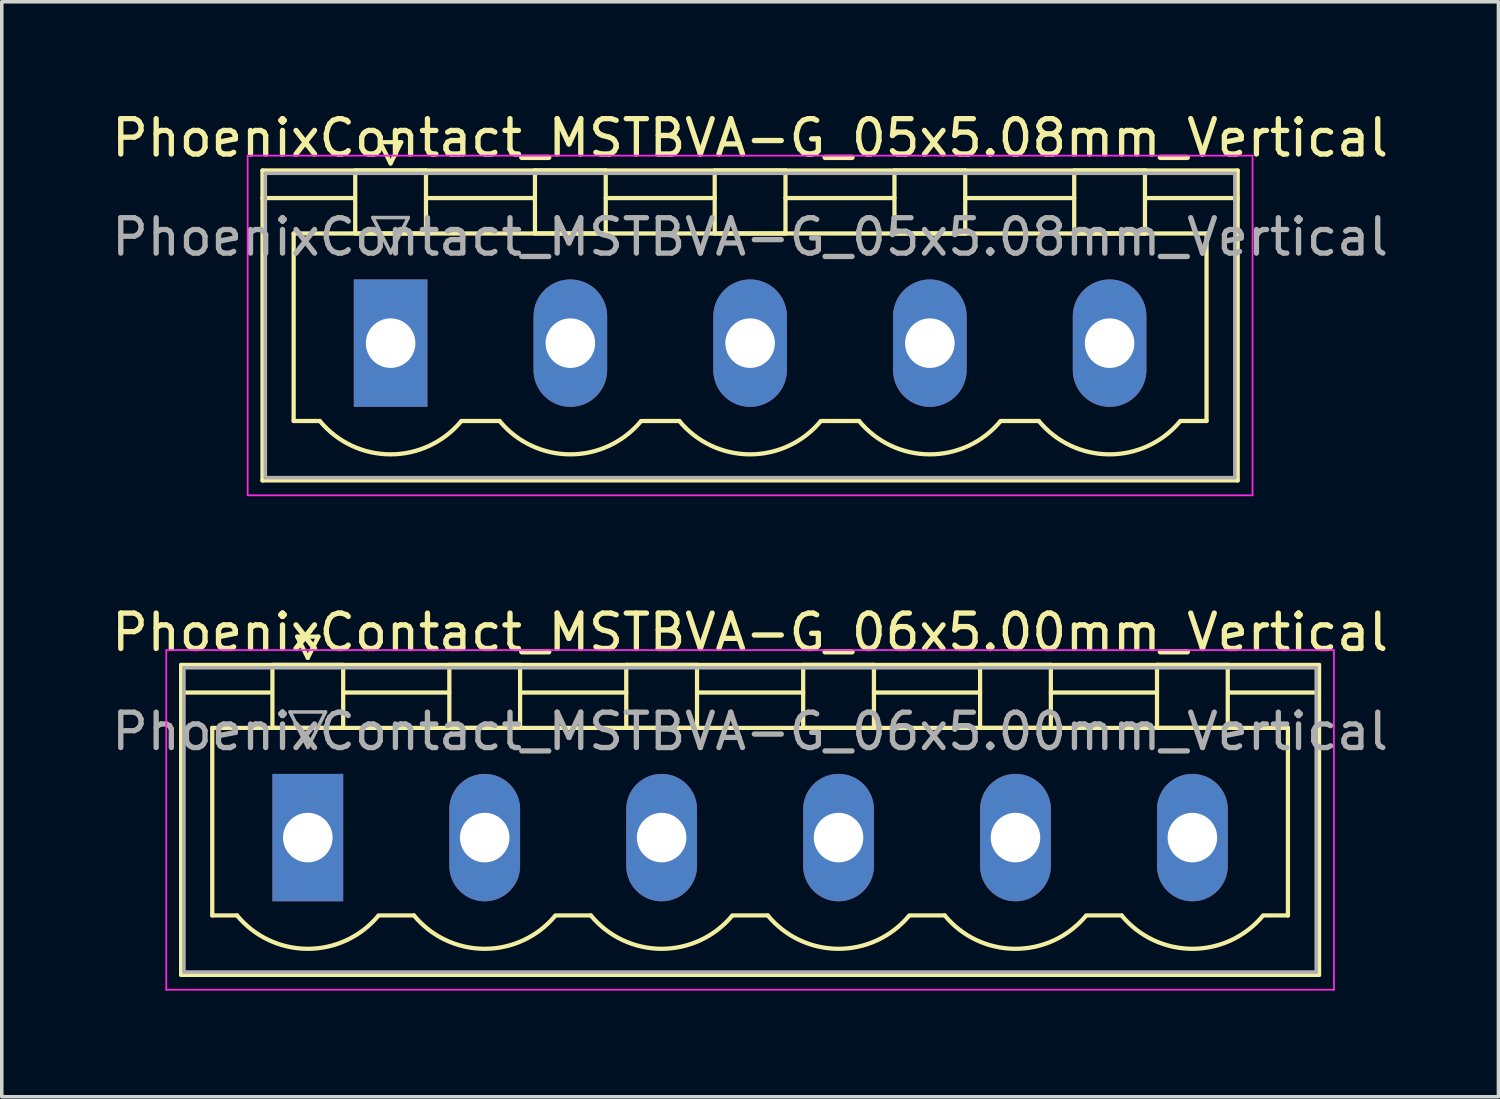
<source format=kicad_pcb>
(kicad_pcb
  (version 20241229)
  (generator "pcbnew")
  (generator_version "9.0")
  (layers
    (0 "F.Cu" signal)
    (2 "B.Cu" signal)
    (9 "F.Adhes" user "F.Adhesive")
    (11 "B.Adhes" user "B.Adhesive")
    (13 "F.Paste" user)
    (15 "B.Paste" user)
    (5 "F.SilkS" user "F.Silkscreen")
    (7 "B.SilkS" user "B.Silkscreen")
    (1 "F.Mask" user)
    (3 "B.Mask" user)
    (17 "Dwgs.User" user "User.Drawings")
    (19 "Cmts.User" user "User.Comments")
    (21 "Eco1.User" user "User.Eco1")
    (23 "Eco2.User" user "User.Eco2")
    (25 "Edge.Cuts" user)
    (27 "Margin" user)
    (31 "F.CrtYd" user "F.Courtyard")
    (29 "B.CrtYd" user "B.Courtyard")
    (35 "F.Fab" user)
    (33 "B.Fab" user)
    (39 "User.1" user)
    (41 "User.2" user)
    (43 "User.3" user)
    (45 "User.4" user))
  (footprint "PhoenixContact_MSTBVA-G_05x5.08mm_Vertical"
    (layer "F.Cu")
    (at 7.989 6.648)
    (property "Reference" "PhoenixContact_MSTBVA-G_05x5.08mm_Vertical" (at 10.16 -5.8 0) (layer "F.SilkS") (effects (font (size 1 1) (thickness 0.15))))
    (attr through_hole)
    (fp_line (start -3.62 -4.88) (end -3.62 3.88) (stroke (width 0.12) (type solid)) (layer "F.SilkS"))
    (fp_line (start -3.62 -4.1) (end -1.08 -4.1) (stroke (width 0.12) (type solid)) (layer "F.SilkS"))
    (fp_line (start -3.62 3.88) (end 23.94 3.88) (stroke (width 0.12) (type solid)) (layer "F.SilkS"))
    (fp_line (start -2.74 -3.1) (end 23.06 -3.1) (stroke (width 0.12) (type solid)) (layer "F.SilkS"))
    (fp_line (start -2.74 2.2) (end -2.74 -3.1) (stroke (width 0.12) (type solid)) (layer "F.SilkS"))
    (fp_line (start -2 2.2) (end -2.74 2.2) (stroke (width 0.12) (type solid)) (layer "F.SilkS"))
    (fp_line (start -1 -4.88) (end 1 -4.88) (stroke (width 0.12) (type solid)) (layer "F.SilkS"))
    (fp_line (start -1 -3.1) (end -1 -4.88) (stroke (width 0.12) (type solid)) (layer "F.SilkS"))
    (fp_line (start -0.3 -5.68) (end 0.3 -5.68) (stroke (width 0.12) (type solid)) (layer "F.SilkS"))
    (fp_line (start 0 -5.08) (end -0.3 -5.68) (stroke (width 0.12) (type solid)) (layer "F.SilkS"))
    (fp_line (start 0.3 -5.68) (end 0 -5.08) (stroke (width 0.12) (type solid)) (layer "F.SilkS"))
    (fp_line (start 1 -4.88) (end 1 -3.1) (stroke (width 0.12) (type solid)) (layer "F.SilkS"))
    (fp_line (start 1 -4.1) (end 4.08 -4.1) (stroke (width 0.12) (type solid)) (layer "F.SilkS"))
    (fp_line (start 1 -3.1) (end -1 -3.1) (stroke (width 0.12) (type solid)) (layer "F.SilkS"))
    (fp_line (start 2 2.2) (end 3.08 2.2) (stroke (width 0.12) (type solid)) (layer "F.SilkS"))
    (fp_line (start 4.08 -4.88) (end 6.08 -4.88) (stroke (width 0.12) (type solid)) (layer "F.SilkS"))
    (fp_line (start 4.08 -3.1) (end 4.08 -4.88) (stroke (width 0.12) (type solid)) (layer "F.SilkS"))
    (fp_line (start 6.08 -4.88) (end 6.08 -3.1) (stroke (width 0.12) (type solid)) (layer "F.SilkS"))
    (fp_line (start 6.08 -4.1) (end 9.16 -4.1) (stroke (width 0.12) (type solid)) (layer "F.SilkS"))
    (fp_line (start 6.08 -3.1) (end 4.08 -3.1) (stroke (width 0.12) (type solid)) (layer "F.SilkS"))
    (fp_line (start 7.08 2.2) (end 8.16 2.2) (stroke (width 0.12) (type solid)) (layer "F.SilkS"))
    (fp_line (start 9.16 -4.88) (end 11.16 -4.88) (stroke (width 0.12) (type solid)) (layer "F.SilkS"))
    (fp_line (start 9.16 -3.1) (end 9.16 -4.88) (stroke (width 0.12) (type solid)) (layer "F.SilkS"))
    (fp_line (start 11.16 -4.88) (end 11.16 -3.1) (stroke (width 0.12) (type solid)) (layer "F.SilkS"))
    (fp_line (start 11.16 -4.1) (end 14.24 -4.1) (stroke (width 0.12) (type solid)) (layer "F.SilkS"))
    (fp_line (start 11.16 -3.1) (end 9.16 -3.1) (stroke (width 0.12) (type solid)) (layer "F.SilkS"))
    (fp_line (start 12.16 2.2) (end 13.24 2.2) (stroke (width 0.12) (type solid)) (layer "F.SilkS"))
    (fp_line (start 14.24 -4.88) (end 16.24 -4.88) (stroke (width 0.12) (type solid)) (layer "F.SilkS"))
    (fp_line (start 14.24 -3.1) (end 14.24 -4.88) (stroke (width 0.12) (type solid)) (layer "F.SilkS"))
    (fp_line (start 16.24 -4.88) (end 16.24 -3.1) (stroke (width 0.12) (type solid)) (layer "F.SilkS"))
    (fp_line (start 16.24 -4.1) (end 19.32 -4.1) (stroke (width 0.12) (type solid)) (layer "F.SilkS"))
    (fp_line (start 16.24 -3.1) (end 14.24 -3.1) (stroke (width 0.12) (type solid)) (layer "F.SilkS"))
    (fp_line (start 17.24 2.2) (end 18.32 2.2) (stroke (width 0.12) (type solid)) (layer "F.SilkS"))
    (fp_line (start 19.32 -4.88) (end 21.32 -4.88) (stroke (width 0.12) (type solid)) (layer "F.SilkS"))
    (fp_line (start 19.32 -3.1) (end 19.32 -4.88) (stroke (width 0.12) (type solid)) (layer "F.SilkS"))
    (fp_line (start 21.32 -4.88) (end 21.32 -3.1) (stroke (width 0.12) (type solid)) (layer "F.SilkS"))
    (fp_line (start 21.32 -3.1) (end 19.32 -3.1) (stroke (width 0.12) (type solid)) (layer "F.SilkS"))
    (fp_line (start 23.06 -3.1) (end 23.06 2.2) (stroke (width 0.12) (type solid)) (layer "F.SilkS"))
    (fp_line (start 23.06 2.2) (end 22.32 2.2) (stroke (width 0.12) (type solid)) (layer "F.SilkS"))
    (fp_line (start 23.94 -4.88) (end -3.62 -4.88) (stroke (width 0.12) (type solid)) (layer "F.SilkS"))
    (fp_line (start 23.94 -4.1) (end 21.4 -4.1) (stroke (width 0.12) (type solid)) (layer "F.SilkS"))
    (fp_line (start 23.94 3.88) (end 23.94 -4.88) (stroke (width 0.12) (type solid)) (layer "F.SilkS"))
    (fp_arc (start 1.986842 2.215821) (mid -0.010289 3.142758) (end -2 2.2) (stroke (width 0.12) (type solid)) (layer "F.SilkS"))
    (fp_arc (start 7.066842 2.215821) (mid 5.069711 3.142758) (end 3.08 2.2) (stroke (width 0.12) (type solid)) (layer "F.SilkS"))
    (fp_arc (start 12.146842 2.215821) (mid 10.149711 3.142758) (end 8.16 2.2) (stroke (width 0.12) (type solid)) (layer "F.SilkS"))
    (fp_arc (start 17.226842 2.215821) (mid 15.229711 3.142758) (end 13.24 2.2) (stroke (width 0.12) (type solid)) (layer "F.SilkS"))
    (fp_arc (start 22.306842 2.215821) (mid 20.309711 3.142758) (end 18.32 2.2) (stroke (width 0.12) (type solid)) (layer "F.SilkS"))
    (fp_line (start -4.04 -5.3) (end -4.04 4.3) (stroke (width 0.05) (type solid)) (layer "F.CrtYd"))
    (fp_line (start -4.04 4.3) (end 24.36 4.3) (stroke (width 0.05) (type solid)) (layer "F.CrtYd"))
    (fp_line (start 24.36 -5.3) (end -4.04 -5.3) (stroke (width 0.05) (type solid)) (layer "F.CrtYd"))
    (fp_line (start 24.36 4.3) (end 24.36 -5.3) (stroke (width 0.05) (type solid)) (layer "F.CrtYd"))
    (fp_line (start -3.54 -4.8) (end -3.54 3.8) (stroke (width 0.1) (type solid)) (layer "F.Fab"))
    (fp_line (start -3.54 3.8) (end 23.86 3.8) (stroke (width 0.1) (type solid)) (layer "F.Fab"))
    (fp_line (start -0.5 -3.55) (end 0.5 -3.55) (stroke (width 0.1) (type solid)) (layer "F.Fab"))
    (fp_line (start 0 -2.55) (end -0.5 -3.55) (stroke (width 0.1) (type solid)) (layer "F.Fab"))
    (fp_line (start 0.5 -3.55) (end 0 -2.55) (stroke (width 0.1) (type solid)) (layer "F.Fab"))
    (fp_line (start 23.86 -4.8) (end -3.54 -4.8) (stroke (width 0.1) (type solid)) (layer "F.Fab"))
    (fp_line (start 23.86 3.8) (end 23.86 -4.8) (stroke (width 0.1) (type solid)) (layer "F.Fab"))
    (fp_text user "${REFERENCE}" (at 10.16 -3 0) (layer "F.Fab") (effects (font (size 1 1) (thickness 0.15))))
    (pad "1" thru_hole rect (at 0 0) (size 2.08 3.6) (drill 1.4) (layers "*.Cu" "*.Mask"))
    (pad "2" thru_hole oval (at 5.08 0) (size 2.08 3.6) (drill 1.4) (layers "*.Cu" "*.Mask"))
    (pad "3" thru_hole oval (at 10.16 0) (size 2.08 3.6) (drill 1.4) (layers "*.Cu" "*.Mask"))
    (pad "4" thru_hole oval (at 15.24 0) (size 2.08 3.6) (drill 1.4) (layers "*.Cu" "*.Mask"))
    (pad "5" thru_hole oval (at 20.32 0) (size 2.08 3.6) (drill 1.4) (layers "*.Cu" "*.Mask")))
  (footprint "PhoenixContact_MSTBVA-G_06x5.00mm_Vertical"
    (layer "F.Cu")
    (at 5.649 20.622)
    (property "Reference" "PhoenixContact_MSTBVA-G_06x5.00mm_Vertical" (at 12.5 -5.8 0) (layer "F.SilkS") (effects (font (size 1 1) (thickness 0.15))))
    (attr through_hole)
    (fp_line (start -3.58 -4.88) (end -3.58 3.88) (stroke (width 0.12) (type solid)) (layer "F.SilkS"))
    (fp_line (start -3.58 -4.1) (end -1.08 -4.1) (stroke (width 0.12) (type solid)) (layer "F.SilkS"))
    (fp_line (start -3.58 3.88) (end 28.58 3.88) (stroke (width 0.12) (type solid)) (layer "F.SilkS"))
    (fp_line (start -2.7 -3.1) (end 27.7 -3.1) (stroke (width 0.12) (type solid)) (layer "F.SilkS"))
    (fp_line (start -2.7 2.2) (end -2.7 -3.1) (stroke (width 0.12) (type solid)) (layer "F.SilkS"))
    (fp_line (start -2 2.2) (end -2.7 2.2) (stroke (width 0.12) (type solid)) (layer "F.SilkS"))
    (fp_line (start -1 -4.88) (end 1 -4.88) (stroke (width 0.12) (type solid)) (layer "F.SilkS"))
    (fp_line (start -1 -3.1) (end -1 -4.88) (stroke (width 0.12) (type solid)) (layer "F.SilkS"))
    (fp_line (start -0.3 -5.68) (end 0.3 -5.68) (stroke (width 0.12) (type solid)) (layer "F.SilkS"))
    (fp_line (start 0 -5.08) (end -0.3 -5.68) (stroke (width 0.12) (type solid)) (layer "F.SilkS"))
    (fp_line (start 0.3 -5.68) (end 0 -5.08) (stroke (width 0.12) (type solid)) (layer "F.SilkS"))
    (fp_line (start 1 -4.88) (end 1 -3.1) (stroke (width 0.12) (type solid)) (layer "F.SilkS"))
    (fp_line (start 1 -4.1) (end 4 -4.1) (stroke (width 0.12) (type solid)) (layer "F.SilkS"))
    (fp_line (start 1 -3.1) (end -1 -3.1) (stroke (width 0.12) (type solid)) (layer "F.SilkS"))
    (fp_line (start 2 2.2) (end 3 2.2) (stroke (width 0.12) (type solid)) (layer "F.SilkS"))
    (fp_line (start 4 -4.88) (end 6 -4.88) (stroke (width 0.12) (type solid)) (layer "F.SilkS"))
    (fp_line (start 4 -3.1) (end 4 -4.88) (stroke (width 0.12) (type solid)) (layer "F.SilkS"))
    (fp_line (start 6 -4.88) (end 6 -3.1) (stroke (width 0.12) (type solid)) (layer "F.SilkS"))
    (fp_line (start 6 -4.1) (end 9 -4.1) (stroke (width 0.12) (type solid)) (layer "F.SilkS"))
    (fp_line (start 6 -3.1) (end 4 -3.1) (stroke (width 0.12) (type solid)) (layer "F.SilkS"))
    (fp_line (start 7 2.2) (end 8 2.2) (stroke (width 0.12) (type solid)) (layer "F.SilkS"))
    (fp_line (start 9 -4.88) (end 11 -4.88) (stroke (width 0.12) (type solid)) (layer "F.SilkS"))
    (fp_line (start 9 -3.1) (end 9 -4.88) (stroke (width 0.12) (type solid)) (layer "F.SilkS"))
    (fp_line (start 11 -4.88) (end 11 -3.1) (stroke (width 0.12) (type solid)) (layer "F.SilkS"))
    (fp_line (start 11 -4.1) (end 14 -4.1) (stroke (width 0.12) (type solid)) (layer "F.SilkS"))
    (fp_line (start 11 -3.1) (end 9 -3.1) (stroke (width 0.12) (type solid)) (layer "F.SilkS"))
    (fp_line (start 12 2.2) (end 13 2.2) (stroke (width 0.12) (type solid)) (layer "F.SilkS"))
    (fp_line (start 14 -4.88) (end 16 -4.88) (stroke (width 0.12) (type solid)) (layer "F.SilkS"))
    (fp_line (start 14 -3.1) (end 14 -4.88) (stroke (width 0.12) (type solid)) (layer "F.SilkS"))
    (fp_line (start 16 -4.88) (end 16 -3.1) (stroke (width 0.12) (type solid)) (layer "F.SilkS"))
    (fp_line (start 16 -4.1) (end 19 -4.1) (stroke (width 0.12) (type solid)) (layer "F.SilkS"))
    (fp_line (start 16 -3.1) (end 14 -3.1) (stroke (width 0.12) (type solid)) (layer "F.SilkS"))
    (fp_line (start 17 2.2) (end 18 2.2) (stroke (width 0.12) (type solid)) (layer "F.SilkS"))
    (fp_line (start 19 -4.88) (end 21 -4.88) (stroke (width 0.12) (type solid)) (layer "F.SilkS"))
    (fp_line (start 19 -3.1) (end 19 -4.88) (stroke (width 0.12) (type solid)) (layer "F.SilkS"))
    (fp_line (start 21 -4.88) (end 21 -3.1) (stroke (width 0.12) (type solid)) (layer "F.SilkS"))
    (fp_line (start 21 -4.1) (end 24 -4.1) (stroke (width 0.12) (type solid)) (layer "F.SilkS"))
    (fp_line (start 21 -3.1) (end 19 -3.1) (stroke (width 0.12) (type solid)) (layer "F.SilkS"))
    (fp_line (start 22 2.2) (end 23 2.2) (stroke (width 0.12) (type solid)) (layer "F.SilkS"))
    (fp_line (start 24 -4.88) (end 26 -4.88) (stroke (width 0.12) (type solid)) (layer "F.SilkS"))
    (fp_line (start 24 -3.1) (end 24 -4.88) (stroke (width 0.12) (type solid)) (layer "F.SilkS"))
    (fp_line (start 26 -4.88) (end 26 -3.1) (stroke (width 0.12) (type solid)) (layer "F.SilkS"))
    (fp_line (start 26 -3.1) (end 24 -3.1) (stroke (width 0.12) (type solid)) (layer "F.SilkS"))
    (fp_line (start 27.7 -3.1) (end 27.7 2.2) (stroke (width 0.12) (type solid)) (layer "F.SilkS"))
    (fp_line (start 27.7 2.2) (end 27 2.2) (stroke (width 0.12) (type solid)) (layer "F.SilkS"))
    (fp_line (start 28.58 -4.88) (end -3.58 -4.88) (stroke (width 0.12) (type solid)) (layer "F.SilkS"))
    (fp_line (start 28.58 -4.1) (end 26.08 -4.1) (stroke (width 0.12) (type solid)) (layer "F.SilkS"))
    (fp_line (start 28.58 3.88) (end 28.58 -4.88) (stroke (width 0.12) (type solid)) (layer "F.SilkS"))
    (fp_arc (start 1.986842 2.215821) (mid -0.010289 3.142758) (end -2 2.2) (stroke (width 0.12) (type solid)) (layer "F.SilkS"))
    (fp_arc (start 6.986842 2.215821) (mid 4.989711 3.142758) (end 3 2.2) (stroke (width 0.12) (type solid)) (layer "F.SilkS"))
    (fp_arc (start 11.986842 2.215821) (mid 9.989711 3.142758) (end 8 2.2) (stroke (width 0.12) (type solid)) (layer "F.SilkS"))
    (fp_arc (start 16.986842 2.215821) (mid 14.989711 3.142758) (end 13 2.2) (stroke (width 0.12) (type solid)) (layer "F.SilkS"))
    (fp_arc (start 21.986842 2.215821) (mid 19.989711 3.142758) (end 18 2.2) (stroke (width 0.12) (type solid)) (layer "F.SilkS"))
    (fp_arc (start 26.986842 2.215821) (mid 24.989711 3.142758) (end 23 2.2) (stroke (width 0.12) (type solid)) (layer "F.SilkS"))
    (fp_line (start -4 -5.3) (end -4 4.3) (stroke (width 0.05) (type solid)) (layer "F.CrtYd"))
    (fp_line (start -4 4.3) (end 29 4.3) (stroke (width 0.05) (type solid)) (layer "F.CrtYd"))
    (fp_line (start 29 -5.3) (end -4 -5.3) (stroke (width 0.05) (type solid)) (layer "F.CrtYd"))
    (fp_line (start 29 4.3) (end 29 -5.3) (stroke (width 0.05) (type solid)) (layer "F.CrtYd"))
    (fp_line (start -3.5 -4.8) (end -3.5 3.8) (stroke (width 0.1) (type solid)) (layer "F.Fab"))
    (fp_line (start -3.5 3.8) (end 28.5 3.8) (stroke (width 0.1) (type solid)) (layer "F.Fab"))
    (fp_line (start -0.5 -3.55) (end 0.5 -3.55) (stroke (width 0.1) (type solid)) (layer "F.Fab"))
    (fp_line (start 0 -2.55) (end -0.5 -3.55) (stroke (width 0.1) (type solid)) (layer "F.Fab"))
    (fp_line (start 0.5 -3.55) (end 0 -2.55) (stroke (width 0.1) (type solid)) (layer "F.Fab"))
    (fp_line (start 28.5 -4.8) (end -3.5 -4.8) (stroke (width 0.1) (type solid)) (layer "F.Fab"))
    (fp_line (start 28.5 3.8) (end 28.5 -4.8) (stroke (width 0.1) (type solid)) (layer "F.Fab"))
    (fp_text user "${REFERENCE}" (at 12.5 -3 0) (layer "F.Fab") (effects (font (size 1 1) (thickness 0.15))))
    (pad "1" thru_hole rect (at 0 0) (size 2 3.6) (drill 1.4) (layers "*.Cu" "*.Mask"))
    (pad "2" thru_hole oval (at 5 0) (size 2 3.6) (drill 1.4) (layers "*.Cu" "*.Mask"))
    (pad "3" thru_hole oval (at 10 0) (size 2 3.6) (drill 1.4) (layers "*.Cu" "*.Mask"))
    (pad "4" thru_hole oval (at 15 0) (size 2 3.6) (drill 1.4) (layers "*.Cu" "*.Mask"))
    (pad "5" thru_hole oval (at 20 0) (size 2 3.6) (drill 1.4) (layers "*.Cu" "*.Mask"))
    (pad "6" thru_hole oval (at 25 0) (size 2 3.6) (drill 1.4) (layers "*.Cu" "*.Mask")))
  (gr_rect
    (start -3 -3)
    (end 39.298 27.947)
    (stroke (width 0.1) (type default))
    (fill no)
    (layer "Edge.Cuts")))
</source>
